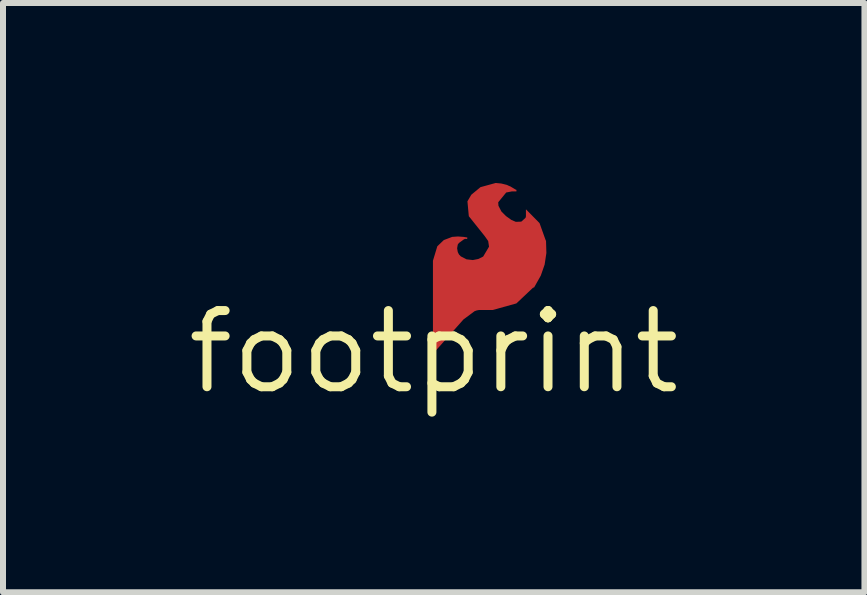
<source format=kicad_pcb>
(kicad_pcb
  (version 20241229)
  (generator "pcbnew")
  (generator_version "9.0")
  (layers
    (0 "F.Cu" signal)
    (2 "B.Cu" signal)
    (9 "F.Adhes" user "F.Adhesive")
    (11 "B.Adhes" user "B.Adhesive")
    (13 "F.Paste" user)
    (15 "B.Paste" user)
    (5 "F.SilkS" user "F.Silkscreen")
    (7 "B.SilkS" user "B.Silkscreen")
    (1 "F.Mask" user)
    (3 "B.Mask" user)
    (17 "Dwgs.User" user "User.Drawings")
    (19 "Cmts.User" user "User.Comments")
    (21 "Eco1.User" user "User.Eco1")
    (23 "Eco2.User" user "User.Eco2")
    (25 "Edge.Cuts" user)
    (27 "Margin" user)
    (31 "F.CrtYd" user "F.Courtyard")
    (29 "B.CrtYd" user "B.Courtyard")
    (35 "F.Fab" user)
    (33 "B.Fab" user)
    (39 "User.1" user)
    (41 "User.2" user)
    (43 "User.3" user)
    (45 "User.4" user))
  (footprint "footprint"
    (layer "F.Cu")
    (at 4.18 2.817)
    (property "Reference" "footprint" (at 0 0 0) (layer "F.SilkS") (effects (font (size 1.27 1.27) (thickness 0.15))))
    (fp_poly (pts (xy 1.126 -2.808) (xy 1.215 -2.786) (xy 1.228 -2.781) (xy 1.24 -2.775) (xy 1.257 -2.767) (xy 1.276 -2.76) (xy 1.372 -2.703) (xy 1.379 -2.703) (xy 1.379 -2.677) (xy 1.307 -2.677) (xy 1.208 -2.658) (xy 1.075 -2.495) (xy 1.079 -2.437) (xy 1.128 -2.342) (xy 1.205 -2.265) (xy 1.294 -2.201) (xy 1.369 -2.169) (xy 1.451 -2.172) (xy 1.459 -2.174) (xy 1.466 -2.177) (xy 1.531 -2.237) (xy 1.537 -2.26) (xy 1.537 -2.378) (xy 1.764 -2.148) (xy 1.868 -1.857) (xy 1.872 -1.857) (xy 1.878 -1.65) (xy 1.849 -1.457) (xy 1.785 -1.273) (xy 1.666 -1.062) (xy 1.666 -1.081) (xy 1.378 -0.809) (xy 0.982 -0.699) (xy 0.753 -0.699) (xy 0.716 -0.692) (xy 0.682 -0.68) (xy 0.496 -0.542) (xy -0.013 0.031) (xy -0.013 -1.521) (xy 0.06 -1.762) (xy 0.168 -1.865) (xy 0.307 -1.918) (xy 0.404 -1.925) (xy 0.499 -1.918) (xy 0.56 -1.908) (xy 0.558 -1.884) (xy 0.522 -1.885) (xy 0.502 -1.876) (xy 0.421 -1.817) (xy 0.401 -1.791) (xy 0.39 -1.728) (xy 0.401 -1.665) (xy 0.421 -1.625) (xy 0.452 -1.593) (xy 0.547 -1.544) (xy 0.652 -1.532) (xy 0.743 -1.55) (xy 0.824 -1.59) (xy 0.922 -1.755) (xy 0.908 -1.849) (xy 0.851 -1.93) (xy 0.585 -2.263) (xy 0.562 -2.511) (xy 0.627 -2.622) (xy 0.629 -2.623) (xy 0.779 -2.747) (xy 1.033 -2.817)) (stroke (width 0) (type solid)) (fill yes) (layer "F.Cu")))
  (gr_rect
    (start -3 -3)
    (end 11.36 6.823)
    (stroke (width 0.1) (type default))
    (fill no)
    (layer "Edge.Cuts")))
</source>
